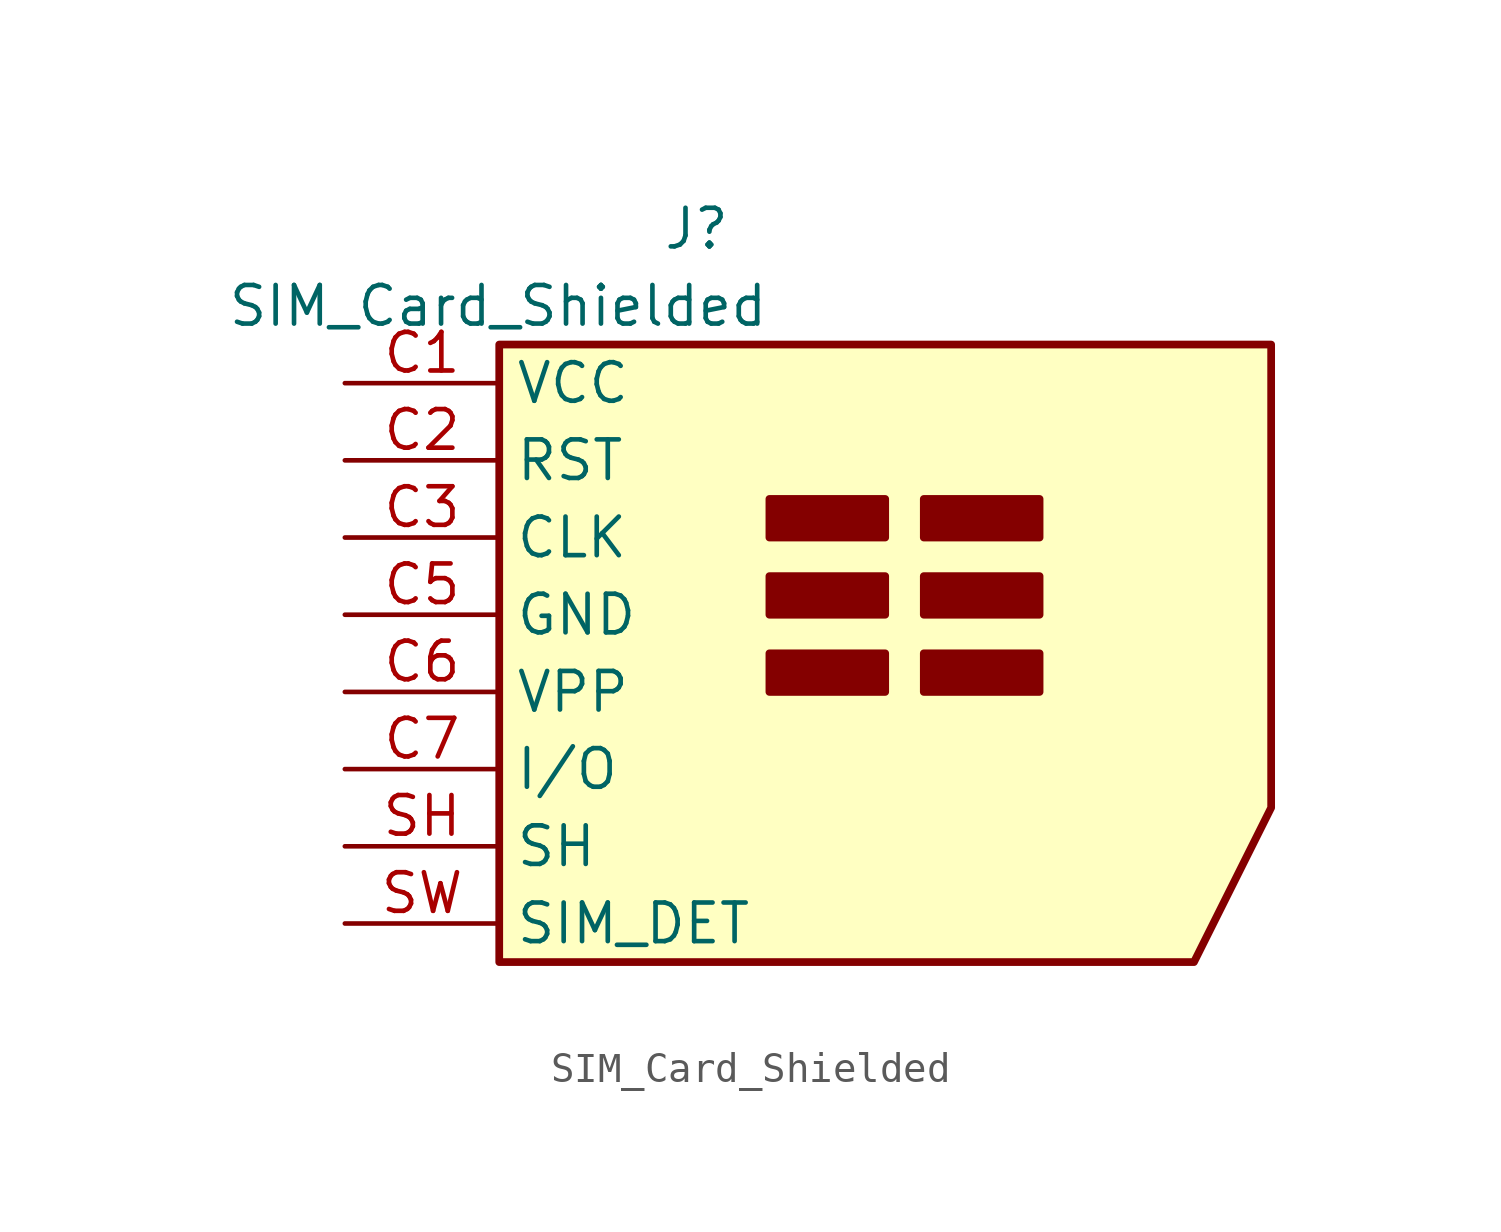
<source format=kicad_sym>
(kicad_symbol_lib
  (version 20231120)
  (generator "kicad_symbol_editor")
  (generator_version "8.0")
  (symbol "SIM_Card_Shielded"
    (property "Reference" "J"
      (at -2.54 12.7 0)
      (effects (font (size 1.27 1.27)) (justify right)))
    (property "Value" "SIM_Card_Shielded"
      (at -1.27 10.16 0)
      (effects (font (size 1.27 1.27)) (justify right)))
    (symbol "SIM_Card_Shielded_0_1"
      (rectangle (start -1.27 -2.54) (end 2.54 -1.27) (stroke (width 0.254) (type default)) (fill (type outline)))
      (rectangle (start -1.27 0) (end 2.54 1.27) (stroke (width 0.254) (type default)) (fill (type outline)))
      (rectangle (start -1.27 2.54) (end 2.54 3.81) (stroke (width 0.254) (type default)) (fill (type outline)))
      (polyline (pts (xy -10.16 8.89) (xy -10.16 -11.43) (xy 12.7 -11.43) (xy 15.24 -6.35) (xy 15.24 8.89) (xy -10.16 8.89)) (stroke (width 0.254) (type default)) (fill (type background)))
      (rectangle (start 3.81 -1.27) (end 7.62 -2.54) (stroke (width 0.254) (type default)) (fill (type outline)))
      (rectangle (start 3.81 0) (end 7.62 1.27) (stroke (width 0.254) (type default)) (fill (type outline)))
      (rectangle (start 3.81 2.54) (end 7.62 3.81) (stroke (width 0.254) (type default)) (fill (type outline))))
    (symbol "SIM_Card_Shielded_1_1"
      (pin power_in line (at -15.24 7.62 0) (length 5.08) (name "VCC" (effects (font (size 1.27 1.27)))) (number "C1" (effects (font (size 1.27 1.27)))))
      (pin input line (at -15.24 5.08 0) (length 5.08) (name "RST" (effects (font (size 1.27 1.27)))) (number "C2" (effects (font (size 1.27 1.27)))))
      (pin input line (at -15.24 2.54 0) (length 5.08) (name "CLK" (effects (font (size 1.27 1.27)))) (number "C3" (effects (font (size 1.27 1.27)))))
      (pin power_in line (at -15.24 0 0) (length 5.08) (name "GND" (effects (font (size 1.27 1.27)))) (number "C5" (effects (font (size 1.27 1.27)))))
      (pin input line (at -15.24 -2.54 0) (length 5.08) (name "VPP" (effects (font (size 1.27 1.27)))) (number "C6" (effects (font (size 1.27 1.27)))))
      (pin bidirectional line (at -15.24 -5.08 0) (length 5.08) (name "I/O" (effects (font (size 1.27 1.27)))) (number "C7" (effects (font (size 1.27 1.27)))))
      (pin passive line (at -15.24 -7.62 0) (length 5.08) (name "SH" (effects (font (size 1.27 1.27)))) (number "SH" (effects (font (size 1.27 1.27)))))
      (pin input line (at -15.24 -10.16 0) (length 5.08) (name "SIM_DET" (effects (font (size 1.27 1.27)))) (number "SW" (effects (font (size 1.27 1.27))))))))
</source>
